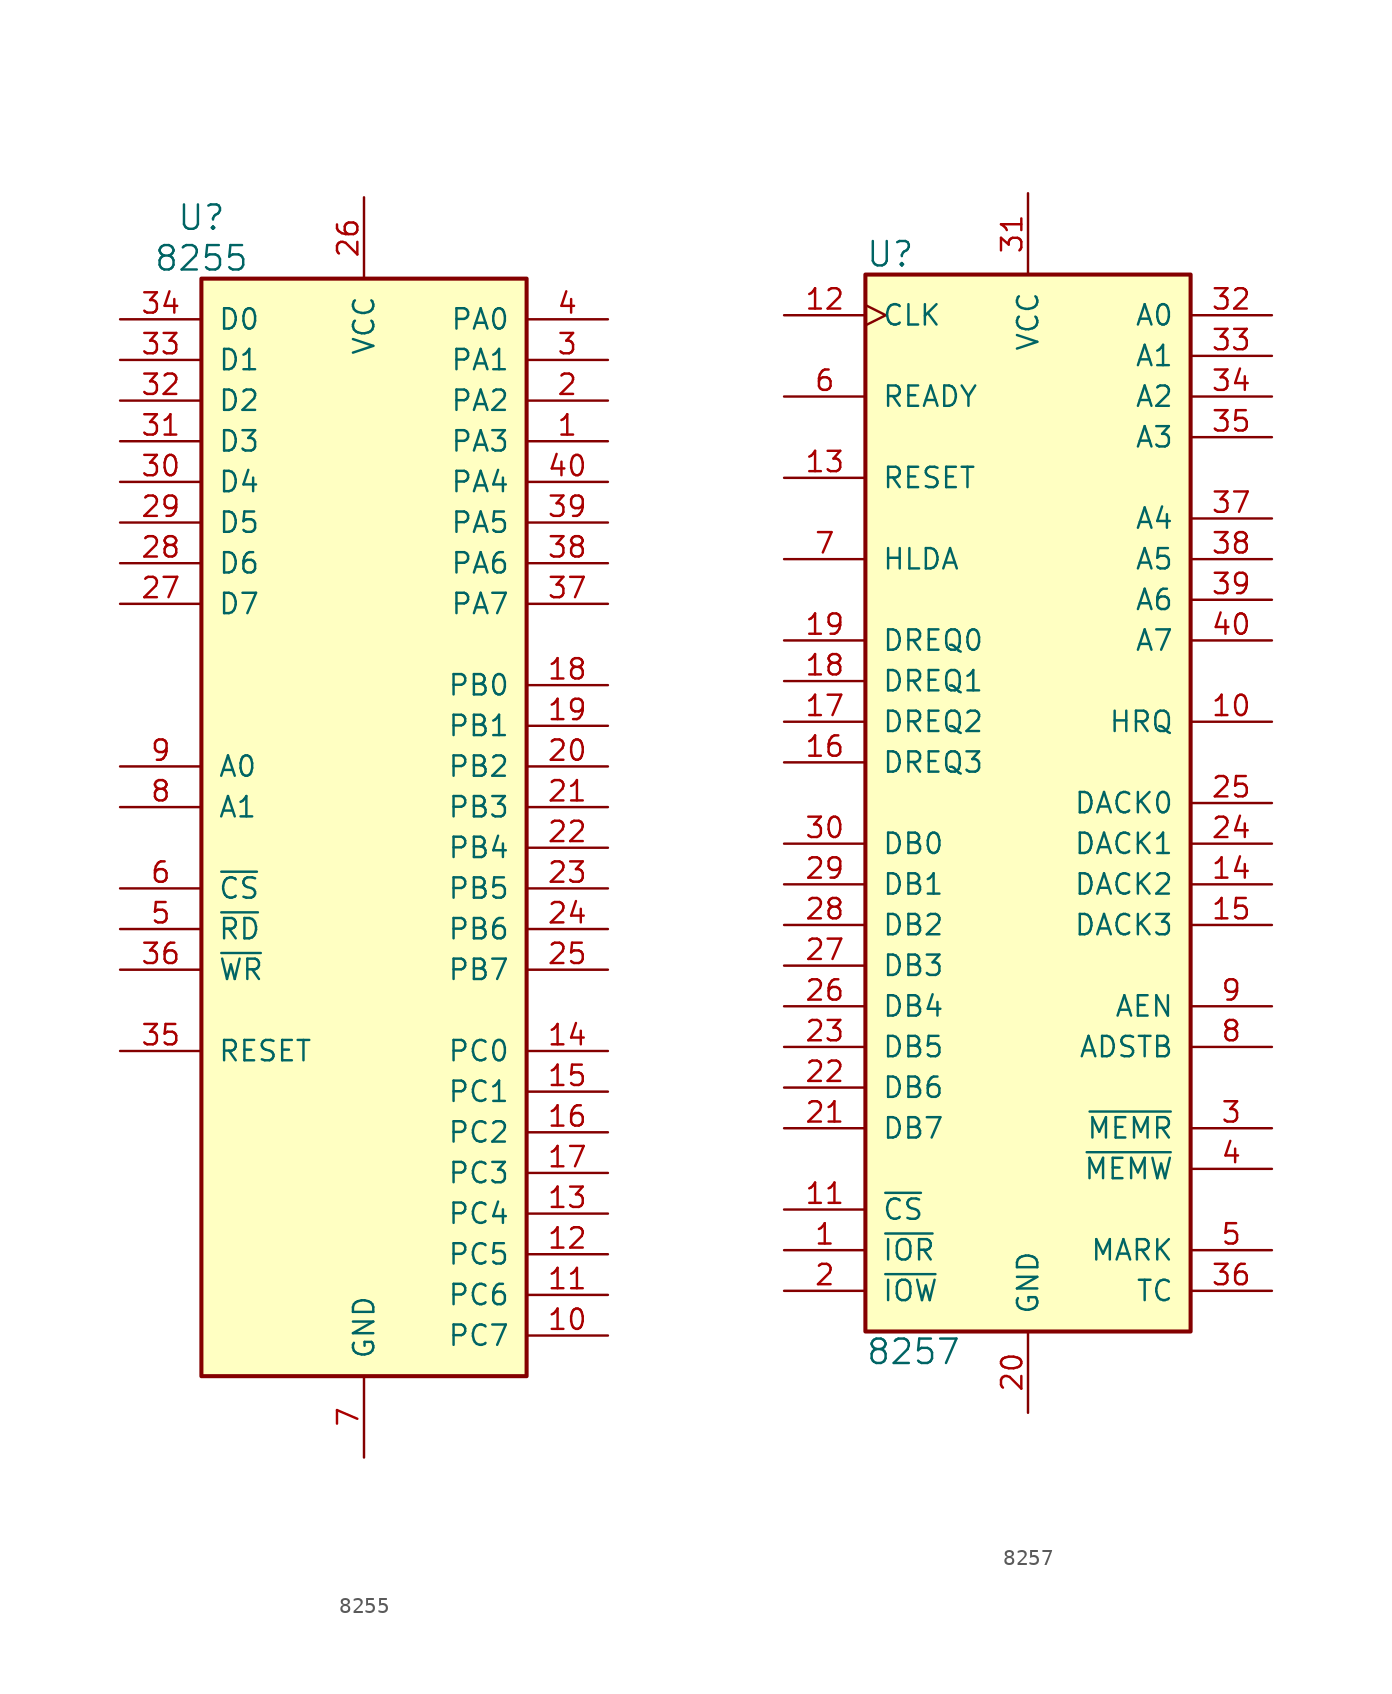
<source format=kicad_sym>
(kicad_symbol_lib
  (version 20211014)
  (generator kicad_symbol_editor)
  (symbol "8255"
    (pin_names
      (offset 1.016))
    (property "Reference" "U"
      (at -10.16 38.1 0)
      (effects (font (size 1.524 1.524))))
    (property "Value" "8255"
      (at -10.16 35.56 0)
      (effects (font (size 1.524 1.524))))
    (symbol "8255_0_1"
      (rectangle (start 10.16 -34.29) (end -10.16 34.29) (stroke (width 0.254) (type default) (color 0 0 0 0)) (fill (type background))))
    (symbol "8255_1_1"
      (pin tri_state line (at 15.24 24.13 180) (length 5.08) (name "PA3" (effects (font (size 1.27 1.27)))) (number "1" (effects (font (size 1.27 1.27)))))
      (pin tri_state line (at 15.24 -31.75 180) (length 5.08) (name "PC7" (effects (font (size 1.27 1.27)))) (number "10" (effects (font (size 1.27 1.27)))))
      (pin tri_state line (at 15.24 -29.21 180) (length 5.08) (name "PC6" (effects (font (size 1.27 1.27)))) (number "11" (effects (font (size 1.27 1.27)))))
      (pin tri_state line (at 15.24 -26.67 180) (length 5.08) (name "PC5" (effects (font (size 1.27 1.27)))) (number "12" (effects (font (size 1.27 1.27)))))
      (pin tri_state line (at 15.24 -24.13 180) (length 5.08) (name "PC4" (effects (font (size 1.27 1.27)))) (number "13" (effects (font (size 1.27 1.27)))))
      (pin tri_state line (at 15.24 -13.97 180) (length 5.08) (name "PC0" (effects (font (size 1.27 1.27)))) (number "14" (effects (font (size 1.27 1.27)))))
      (pin tri_state line (at 15.24 -16.51 180) (length 5.08) (name "PC1" (effects (font (size 1.27 1.27)))) (number "15" (effects (font (size 1.27 1.27)))))
      (pin tri_state line (at 15.24 -19.05 180) (length 5.08) (name "PC2" (effects (font (size 1.27 1.27)))) (number "16" (effects (font (size 1.27 1.27)))))
      (pin tri_state line (at 15.24 -21.59 180) (length 5.08) (name "PC3" (effects (font (size 1.27 1.27)))) (number "17" (effects (font (size 1.27 1.27)))))
      (pin tri_state line (at 15.24 8.89 180) (length 5.08) (name "PB0" (effects (font (size 1.27 1.27)))) (number "18" (effects (font (size 1.27 1.27)))))
      (pin tri_state line (at 15.24 6.35 180) (length 5.08) (name "PB1" (effects (font (size 1.27 1.27)))) (number "19" (effects (font (size 1.27 1.27)))))
      (pin tri_state line (at 15.24 26.67 180) (length 5.08) (name "PA2" (effects (font (size 1.27 1.27)))) (number "2" (effects (font (size 1.27 1.27)))))
      (pin tri_state line (at 15.24 3.81 180) (length 5.08) (name "PB2" (effects (font (size 1.27 1.27)))) (number "20" (effects (font (size 1.27 1.27)))))
      (pin tri_state line (at 15.24 1.27 180) (length 5.08) (name "PB3" (effects (font (size 1.27 1.27)))) (number "21" (effects (font (size 1.27 1.27)))))
      (pin tri_state line (at 15.24 -1.27 180) (length 5.08) (name "PB4" (effects (font (size 1.27 1.27)))) (number "22" (effects (font (size 1.27 1.27)))))
      (pin tri_state line (at 15.24 -3.81 180) (length 5.08) (name "PB5" (effects (font (size 1.27 1.27)))) (number "23" (effects (font (size 1.27 1.27)))))
      (pin tri_state line (at 15.24 -6.35 180) (length 5.08) (name "PB6" (effects (font (size 1.27 1.27)))) (number "24" (effects (font (size 1.27 1.27)))))
      (pin tri_state line (at 15.24 -8.89 180) (length 5.08) (name "PB7" (effects (font (size 1.27 1.27)))) (number "25" (effects (font (size 1.27 1.27)))))
      (pin power_in line (at 0 39.37 270) (length 5.08) (name "VCC" (effects (font (size 1.27 1.27)))) (number "26" (effects (font (size 1.27 1.27)))))
      (pin bidirectional line (at -15.24 13.97 0) (length 5.08) (name "D7" (effects (font (size 1.27 1.27)))) (number "27" (effects (font (size 1.27 1.27)))))
      (pin bidirectional line (at -15.24 16.51 0) (length 5.08) (name "D6" (effects (font (size 1.27 1.27)))) (number "28" (effects (font (size 1.27 1.27)))))
      (pin bidirectional line (at -15.24 19.05 0) (length 5.08) (name "D5" (effects (font (size 1.27 1.27)))) (number "29" (effects (font (size 1.27 1.27)))))
      (pin tri_state line (at 15.24 29.21 180) (length 5.08) (name "PA1" (effects (font (size 1.27 1.27)))) (number "3" (effects (font (size 1.27 1.27)))))
      (pin bidirectional line (at -15.24 21.59 0) (length 5.08) (name "D4" (effects (font (size 1.27 1.27)))) (number "30" (effects (font (size 1.27 1.27)))))
      (pin bidirectional line (at -15.24 24.13 0) (length 5.08) (name "D3" (effects (font (size 1.27 1.27)))) (number "31" (effects (font (size 1.27 1.27)))))
      (pin bidirectional line (at -15.24 26.67 0) (length 5.08) (name "D2" (effects (font (size 1.27 1.27)))) (number "32" (effects (font (size 1.27 1.27)))))
      (pin bidirectional line (at -15.24 29.21 0) (length 5.08) (name "D1" (effects (font (size 1.27 1.27)))) (number "33" (effects (font (size 1.27 1.27)))))
      (pin bidirectional line (at -15.24 31.75 0) (length 5.08) (name "D0" (effects (font (size 1.27 1.27)))) (number "34" (effects (font (size 1.27 1.27)))))
      (pin input line (at -15.24 -13.97 0) (length 5.08) (name "RESET" (effects (font (size 1.27 1.27)))) (number "35" (effects (font (size 1.27 1.27)))))
      (pin input line (at -15.24 -8.89 0) (length 5.08) (name "~{WR}" (effects (font (size 1.27 1.27)))) (number "36" (effects (font (size 1.27 1.27)))))
      (pin tri_state line (at 15.24 13.97 180) (length 5.08) (name "PA7" (effects (font (size 1.27 1.27)))) (number "37" (effects (font (size 1.27 1.27)))))
      (pin tri_state line (at 15.24 16.51 180) (length 5.08) (name "PA6" (effects (font (size 1.27 1.27)))) (number "38" (effects (font (size 1.27 1.27)))))
      (pin tri_state line (at 15.24 19.05 180) (length 5.08) (name "PA5" (effects (font (size 1.27 1.27)))) (number "39" (effects (font (size 1.27 1.27)))))
      (pin tri_state line (at 15.24 31.75 180) (length 5.08) (name "PA0" (effects (font (size 1.27 1.27)))) (number "4" (effects (font (size 1.27 1.27)))))
      (pin tri_state line (at 15.24 21.59 180) (length 5.08) (name "PA4" (effects (font (size 1.27 1.27)))) (number "40" (effects (font (size 1.27 1.27)))))
      (pin input line (at -15.24 -6.35 0) (length 5.08) (name "~{RD}" (effects (font (size 1.27 1.27)))) (number "5" (effects (font (size 1.27 1.27)))))
      (pin input line (at -15.24 -3.81 0) (length 5.08) (name "~{CS}" (effects (font (size 1.27 1.27)))) (number "6" (effects (font (size 1.27 1.27)))))
      (pin power_in line (at 0 -39.37 90) (length 5.08) (name "GND" (effects (font (size 1.27 1.27)))) (number "7" (effects (font (size 1.27 1.27)))))
      (pin input line (at -15.24 1.27 0) (length 5.08) (name "A1" (effects (font (size 1.27 1.27)))) (number "8" (effects (font (size 1.27 1.27)))))
      (pin input line (at -15.24 3.81 0) (length 5.08) (name "A0" (effects (font (size 1.27 1.27)))) (number "9" (effects (font (size 1.27 1.27)))))))
  (symbol "8257"
    (pin_names
      (offset 1.016))
    (property "Reference" "U"
      (at -10.16 34.29 0)
      (effects (font (size 1.524 1.524)) (justify left)))
    (property "Value" "8257"
      (at -10.16 -34.29 0)
      (effects (font (size 1.524 1.524)) (justify left)))
    (symbol "8257_0_1"
      (rectangle (start -10.16 33.02) (end 10.16 -33.02) (stroke (width 0.254) (type default) (color 0 0 0 0)) (fill (type background))))
    (symbol "8257_1_1"
      (pin bidirectional line (at -15.24 -27.94 0) (length 5.08) (name "~{IOR}" (effects (font (size 1.27 1.27)))) (number "1" (effects (font (size 1.27 1.27)))))
      (pin output line (at 15.24 5.08 180) (length 5.08) (name "HRQ" (effects (font (size 1.27 1.27)))) (number "10" (effects (font (size 1.27 1.27)))))
      (pin input line (at -15.24 -25.4 0) (length 5.08) (name "~{CS}" (effects (font (size 1.27 1.27)))) (number "11" (effects (font (size 1.27 1.27)))))
      (pin input clock (at -15.24 30.48 0) (length 5.08) (name "CLK" (effects (font (size 1.27 1.27)))) (number "12" (effects (font (size 1.27 1.27)))))
      (pin input line (at -15.24 20.32 0) (length 5.08) (name "RESET" (effects (font (size 1.27 1.27)))) (number "13" (effects (font (size 1.27 1.27)))))
      (pin output line (at 15.24 -5.08 180) (length 5.08) (name "DACK2" (effects (font (size 1.27 1.27)))) (number "14" (effects (font (size 1.27 1.27)))))
      (pin output line (at 15.24 -7.62 180) (length 5.08) (name "DACK3" (effects (font (size 1.27 1.27)))) (number "15" (effects (font (size 1.27 1.27)))))
      (pin input line (at -15.24 2.54 0) (length 5.08) (name "DREQ3" (effects (font (size 1.27 1.27)))) (number "16" (effects (font (size 1.27 1.27)))))
      (pin input line (at -15.24 5.08 0) (length 5.08) (name "DREQ2" (effects (font (size 1.27 1.27)))) (number "17" (effects (font (size 1.27 1.27)))))
      (pin input line (at -15.24 7.62 0) (length 5.08) (name "DREQ1" (effects (font (size 1.27 1.27)))) (number "18" (effects (font (size 1.27 1.27)))))
      (pin input line (at -15.24 10.16 0) (length 5.08) (name "DREQ0" (effects (font (size 1.27 1.27)))) (number "19" (effects (font (size 1.27 1.27)))))
      (pin bidirectional line (at -15.24 -30.48 0) (length 5.08) (name "~{IOW}" (effects (font (size 1.27 1.27)))) (number "2" (effects (font (size 1.27 1.27)))))
      (pin power_in line (at 0 -38.1 90) (length 5.08) (name "GND" (effects (font (size 1.27 1.27)))) (number "20" (effects (font (size 1.27 1.27)))))
      (pin bidirectional line (at -15.24 -20.32 0) (length 5.08) (name "DB7" (effects (font (size 1.27 1.27)))) (number "21" (effects (font (size 1.27 1.27)))))
      (pin bidirectional line (at -15.24 -17.78 0) (length 5.08) (name "DB6" (effects (font (size 1.27 1.27)))) (number "22" (effects (font (size 1.27 1.27)))))
      (pin bidirectional line (at -15.24 -15.24 0) (length 5.08) (name "DB5" (effects (font (size 1.27 1.27)))) (number "23" (effects (font (size 1.27 1.27)))))
      (pin output line (at 15.24 -2.54 180) (length 5.08) (name "DACK1" (effects (font (size 1.27 1.27)))) (number "24" (effects (font (size 1.27 1.27)))))
      (pin output line (at 15.24 0 180) (length 5.08) (name "DACK0" (effects (font (size 1.27 1.27)))) (number "25" (effects (font (size 1.27 1.27)))))
      (pin bidirectional line (at -15.24 -12.7 0) (length 5.08) (name "DB4" (effects (font (size 1.27 1.27)))) (number "26" (effects (font (size 1.27 1.27)))))
      (pin bidirectional line (at -15.24 -10.16 0) (length 5.08) (name "DB3" (effects (font (size 1.27 1.27)))) (number "27" (effects (font (size 1.27 1.27)))))
      (pin bidirectional line (at -15.24 -7.62 0) (length 5.08) (name "DB2" (effects (font (size 1.27 1.27)))) (number "28" (effects (font (size 1.27 1.27)))))
      (pin bidirectional line (at -15.24 -5.08 0) (length 5.08) (name "DB1" (effects (font (size 1.27 1.27)))) (number "29" (effects (font (size 1.27 1.27)))))
      (pin tri_state line (at 15.24 -20.32 180) (length 5.08) (name "~{MEMR}" (effects (font (size 1.27 1.27)))) (number "3" (effects (font (size 1.27 1.27)))))
      (pin bidirectional line (at -15.24 -2.54 0) (length 5.08) (name "DB0" (effects (font (size 1.27 1.27)))) (number "30" (effects (font (size 1.27 1.27)))))
      (pin power_in line (at 0 38.1 270) (length 5.08) (name "VCC" (effects (font (size 1.27 1.27)))) (number "31" (effects (font (size 1.27 1.27)))))
      (pin bidirectional line (at 15.24 30.48 180) (length 5.08) (name "A0" (effects (font (size 1.27 1.27)))) (number "32" (effects (font (size 1.27 1.27)))))
      (pin bidirectional line (at 15.24 27.94 180) (length 5.08) (name "A1" (effects (font (size 1.27 1.27)))) (number "33" (effects (font (size 1.27 1.27)))))
      (pin bidirectional line (at 15.24 25.4 180) (length 5.08) (name "A2" (effects (font (size 1.27 1.27)))) (number "34" (effects (font (size 1.27 1.27)))))
      (pin bidirectional line (at 15.24 22.86 180) (length 5.08) (name "A3" (effects (font (size 1.27 1.27)))) (number "35" (effects (font (size 1.27 1.27)))))
      (pin output line (at 15.24 -30.48 180) (length 5.08) (name "TC" (effects (font (size 1.27 1.27)))) (number "36" (effects (font (size 1.27 1.27)))))
      (pin tri_state line (at 15.24 17.78 180) (length 5.08) (name "A4" (effects (font (size 1.27 1.27)))) (number "37" (effects (font (size 1.27 1.27)))))
      (pin tri_state line (at 15.24 15.24 180) (length 5.08) (name "A5" (effects (font (size 1.27 1.27)))) (number "38" (effects (font (size 1.27 1.27)))))
      (pin tri_state line (at 15.24 12.7 180) (length 5.08) (name "A6" (effects (font (size 1.27 1.27)))) (number "39" (effects (font (size 1.27 1.27)))))
      (pin tri_state line (at 15.24 -22.86 180) (length 5.08) (name "~{MEMW}" (effects (font (size 1.27 1.27)))) (number "4" (effects (font (size 1.27 1.27)))))
      (pin tri_state line (at 15.24 10.16 180) (length 5.08) (name "A7" (effects (font (size 1.27 1.27)))) (number "40" (effects (font (size 1.27 1.27)))))
      (pin output line (at 15.24 -27.94 180) (length 5.08) (name "MARK" (effects (font (size 1.27 1.27)))) (number "5" (effects (font (size 1.27 1.27)))))
      (pin input line (at -15.24 25.4 0) (length 5.08) (name "READY" (effects (font (size 1.27 1.27)))) (number "6" (effects (font (size 1.27 1.27)))))
      (pin input line (at -15.24 15.24 0) (length 5.08) (name "HLDA" (effects (font (size 1.27 1.27)))) (number "7" (effects (font (size 1.27 1.27)))))
      (pin output line (at 15.24 -15.24 180) (length 5.08) (name "ADSTB" (effects (font (size 1.27 1.27)))) (number "8" (effects (font (size 1.27 1.27)))))
      (pin output line (at 15.24 -12.7 180) (length 5.08) (name "AEN" (effects (font (size 1.27 1.27)))) (number "9" (effects (font (size 1.27 1.27))))))))
</source>
